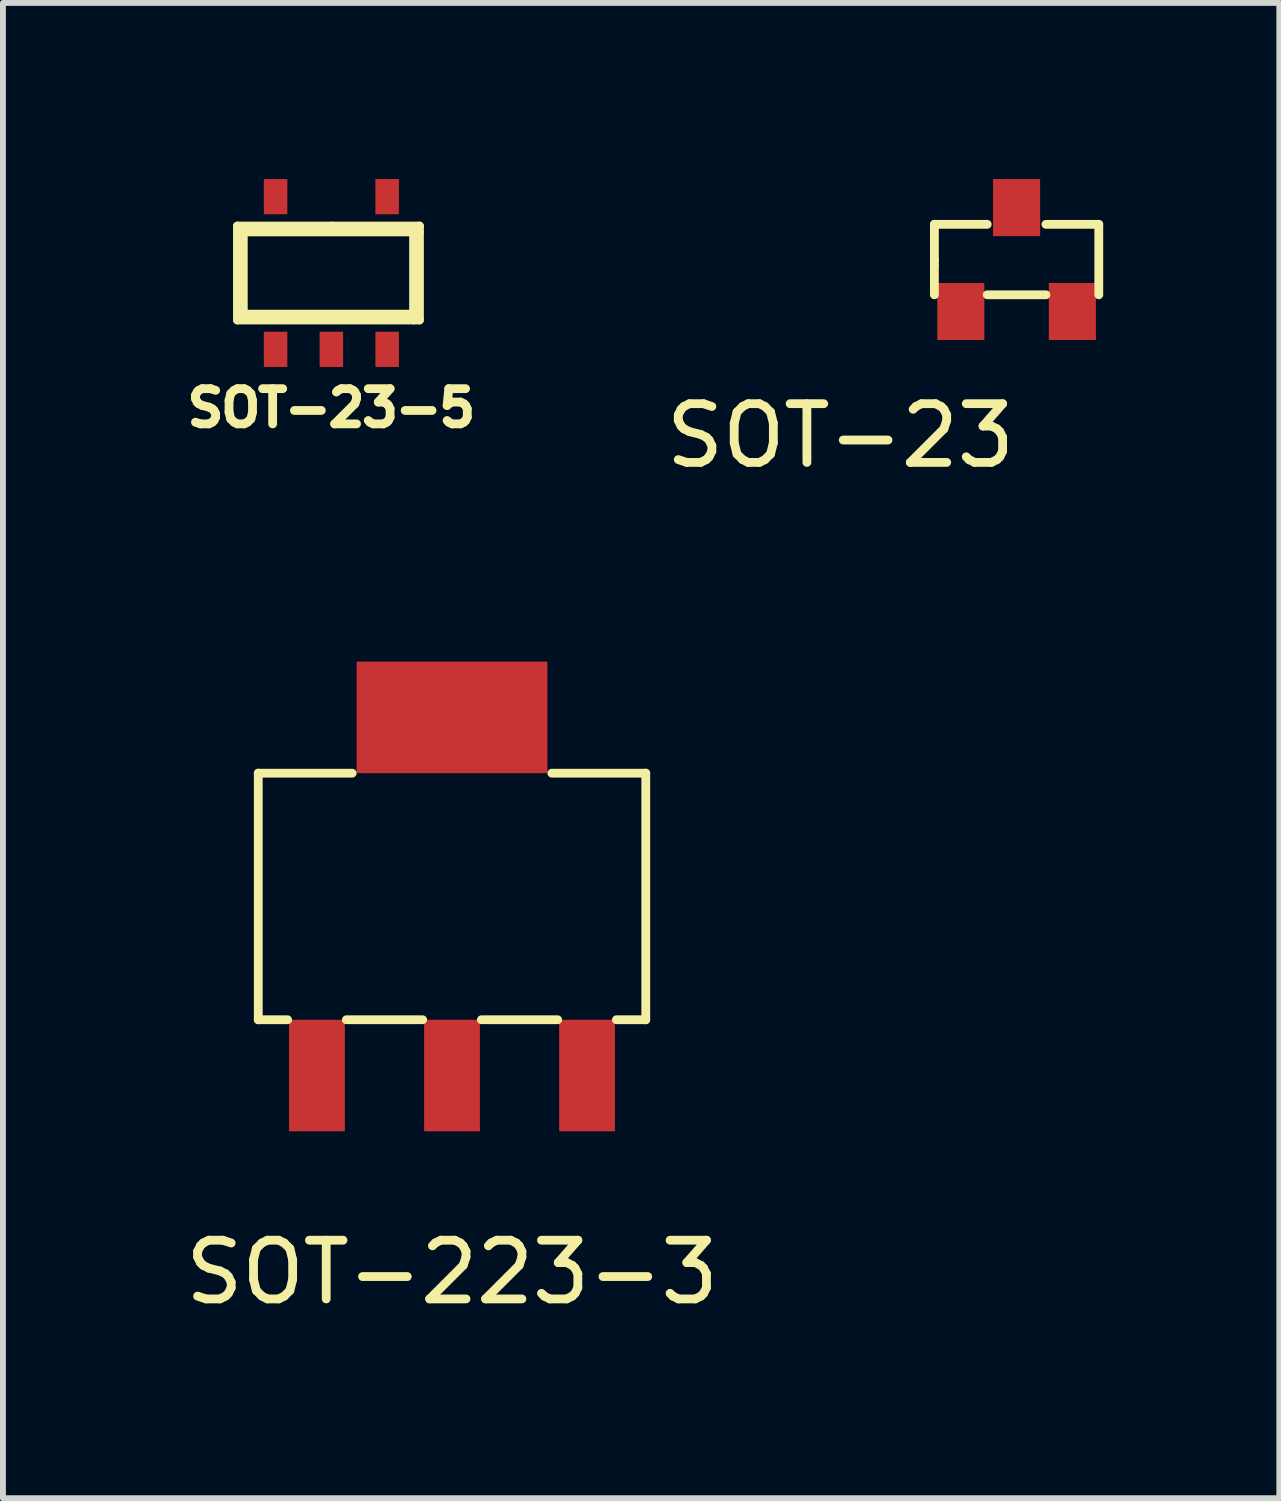
<source format=kicad_pcb>
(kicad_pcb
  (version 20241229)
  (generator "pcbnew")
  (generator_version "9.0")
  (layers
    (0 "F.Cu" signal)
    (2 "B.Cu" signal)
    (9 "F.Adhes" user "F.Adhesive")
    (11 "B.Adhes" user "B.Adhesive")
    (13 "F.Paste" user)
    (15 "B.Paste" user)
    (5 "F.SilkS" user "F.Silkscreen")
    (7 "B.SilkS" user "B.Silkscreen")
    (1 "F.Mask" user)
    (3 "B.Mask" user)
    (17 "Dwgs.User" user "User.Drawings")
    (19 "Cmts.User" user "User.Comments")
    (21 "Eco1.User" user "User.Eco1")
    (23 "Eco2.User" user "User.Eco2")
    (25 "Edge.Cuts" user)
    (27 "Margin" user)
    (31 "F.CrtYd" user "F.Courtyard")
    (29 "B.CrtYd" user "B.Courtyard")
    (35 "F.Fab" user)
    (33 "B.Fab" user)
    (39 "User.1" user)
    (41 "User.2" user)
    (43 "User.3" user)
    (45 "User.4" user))
  (footprint "SOT-23-5"
    (layer "F.Cu")
    (at 2.594 1.6)
    (property "Reference" "SOT-23-5" (at 0 2.3 0) (layer "F.SilkS") (effects (font (size 0.6 0.6) (thickness 0.15))))
    (attr through_hole)
    (fp_line (start -1.6 -0.8) (end 0 -0.8) (stroke (width 0.15) (type solid)) (layer "F.SilkS"))
    (fp_line (start -1.6 0.8) (end -1.6 -0.8) (stroke (width 0.15) (type solid)) (layer "F.SilkS"))
    (fp_line (start -1.5 -0.7) (end 1.5 -0.7) (stroke (width 0.15) (type solid)) (layer "F.SilkS"))
    (fp_line (start -1.5 0.7) (end -1.5 -0.7) (stroke (width 0.15) (type solid)) (layer "F.SilkS"))
    (fp_line (start 0 -0.8) (end 1.5 -0.8) (stroke (width 0.15) (type solid)) (layer "F.SilkS"))
    (fp_line (start 1.4 -0.7) (end 1.4 0.8) (stroke (width 0.15) (type solid)) (layer "F.SilkS"))
    (fp_line (start 1.4 0.7) (end -1.5 0.7) (stroke (width 0.15) (type solid)) (layer "F.SilkS"))
    (fp_line (start 1.5 -0.8) (end 1.5 0.8) (stroke (width 0.15) (type solid)) (layer "F.SilkS"))
    (fp_line (start 1.5 0.8) (end -1.6 0.8) (stroke (width 0.15) (type solid)) (layer "F.SilkS"))
    (pad "1" smd rect (at -0.95 1.3) (size 0.4 0.6) (layers "F.Cu" "F.Mask" "F.Paste"))
    (pad "2" smd rect (at 0 1.3) (size 0.4 0.6) (layers "F.Cu" "F.Mask" "F.Paste"))
    (pad "3" smd rect (at 0.95 1.3) (size 0.4 0.6) (layers "F.Cu" "F.Mask" "F.Paste"))
    (pad "4" smd rect (at 0.95 -1.3) (size 0.4 0.6) (layers "F.Cu" "F.Mask" "F.Paste"))
    (pad "5" smd rect (at -0.95 -1.3) (size 0.4 0.6) (layers "F.Cu" "F.Mask" "F.Paste")))
  (footprint "SOT-23"
    (layer "F.Cu")
    (at 14.265 1.371)
    (property "Reference" "SOT-23" (at -3 3 0) (layer "F.SilkS") (effects (font (size 1 1) (thickness 0.15))))
    (attr through_hole)
    (fp_line (start -1.4 -0.6) (end -0.5 -0.6) (stroke (width 0.15) (type solid)) (layer "F.SilkS"))
    (fp_line (start -1.4 0) (end -1.4 -0.6) (stroke (width 0.15) (type solid)) (layer "F.SilkS"))
    (fp_line (start -1.4 0.1) (end -1.4 0) (stroke (width 0.15) (type solid)) (layer "F.SilkS"))
    (fp_line (start -1.4 0.6) (end -1.4 0.1) (stroke (width 0.15) (type solid)) (layer "F.SilkS"))
    (fp_line (start 0.5 -0.6) (end 1.4 -0.6) (stroke (width 0.15) (type solid)) (layer "F.SilkS"))
    (fp_line (start 0.5 0.6) (end -0.5 0.6) (stroke (width 0.15) (type solid)) (layer "F.SilkS"))
    (fp_line (start 1.4 -0.6) (end 1.4 0.6) (stroke (width 0.15) (type solid)) (layer "F.SilkS"))
    (pad "D" smd rect (at 0 -0.885) (size 0.802 0.972) (layers "F.Cu" "F.Mask" "F.Paste"))
    (pad "G" smd rect (at -0.95 0.885) (size 0.802 0.972) (layers "F.Cu" "F.Mask" "F.Paste"))
    (pad "S" smd rect (at 0.95 0.885) (size 0.802 0.972) (layers "F.Cu" "F.Mask" "F.Paste")))
  (footprint "SOT-223-3"
    (layer "F.Cu")
    (at 4.649 12.219)
    (property "Reference" "SOT-223-3" (at 0 6.4 0) (layer "F.SilkS") (effects (font (size 1 1) (thickness 0.15))))
    (attr through_hole)
    (fp_line (start -3.3 -2.1) (end -3.3 2.1) (stroke (width 0.15) (type solid)) (layer "F.SilkS"))
    (fp_line (start -3.3 -2.1) (end -1.7 -2.1) (stroke (width 0.15) (type solid)) (layer "F.SilkS"))
    (fp_line (start -3.3 2.1) (end -2.8 2.1) (stroke (width 0.15) (type solid)) (layer "F.SilkS"))
    (fp_line (start -1.8 2.1) (end -0.5 2.1) (stroke (width 0.15) (type solid)) (layer "F.SilkS"))
    (fp_line (start 0.5 2.1) (end 1.8 2.1) (stroke (width 0.15) (type solid)) (layer "F.SilkS"))
    (fp_line (start 2.8 2.1) (end 3.3 2.1) (stroke (width 0.15) (type solid)) (layer "F.SilkS"))
    (fp_line (start 3.3 -2.1) (end 1.7 -2.1) (stroke (width 0.15) (type solid)) (layer "F.SilkS"))
    (fp_line (start 3.3 2.1) (end 3.3 -2.1) (stroke (width 0.15) (type solid)) (layer "F.SilkS"))
    (pad "1" smd rect (at -2.3 3.05) (size 0.95 1.9) (layers "F.Cu" "F.Mask" "F.Paste"))
    (pad "2" smd rect (at 0 -3.05) (size 3.25 1.9) (layers "F.Cu" "F.Mask" "F.Paste"))
    (pad "2" smd rect (at 0 3.05) (size 0.95 1.9) (layers "F.Cu" "F.Mask" "F.Paste"))
    (pad "3" smd rect (at 2.3 3.05) (size 0.95 1.9) (layers "F.Cu" "F.Mask" "F.Paste")))
  (gr_rect
    (start -3 -3)
    (end 18.74 22.468)
    (stroke (width 0.1) (type default))
    (fill no)
    (layer "Edge.Cuts")))
</source>
